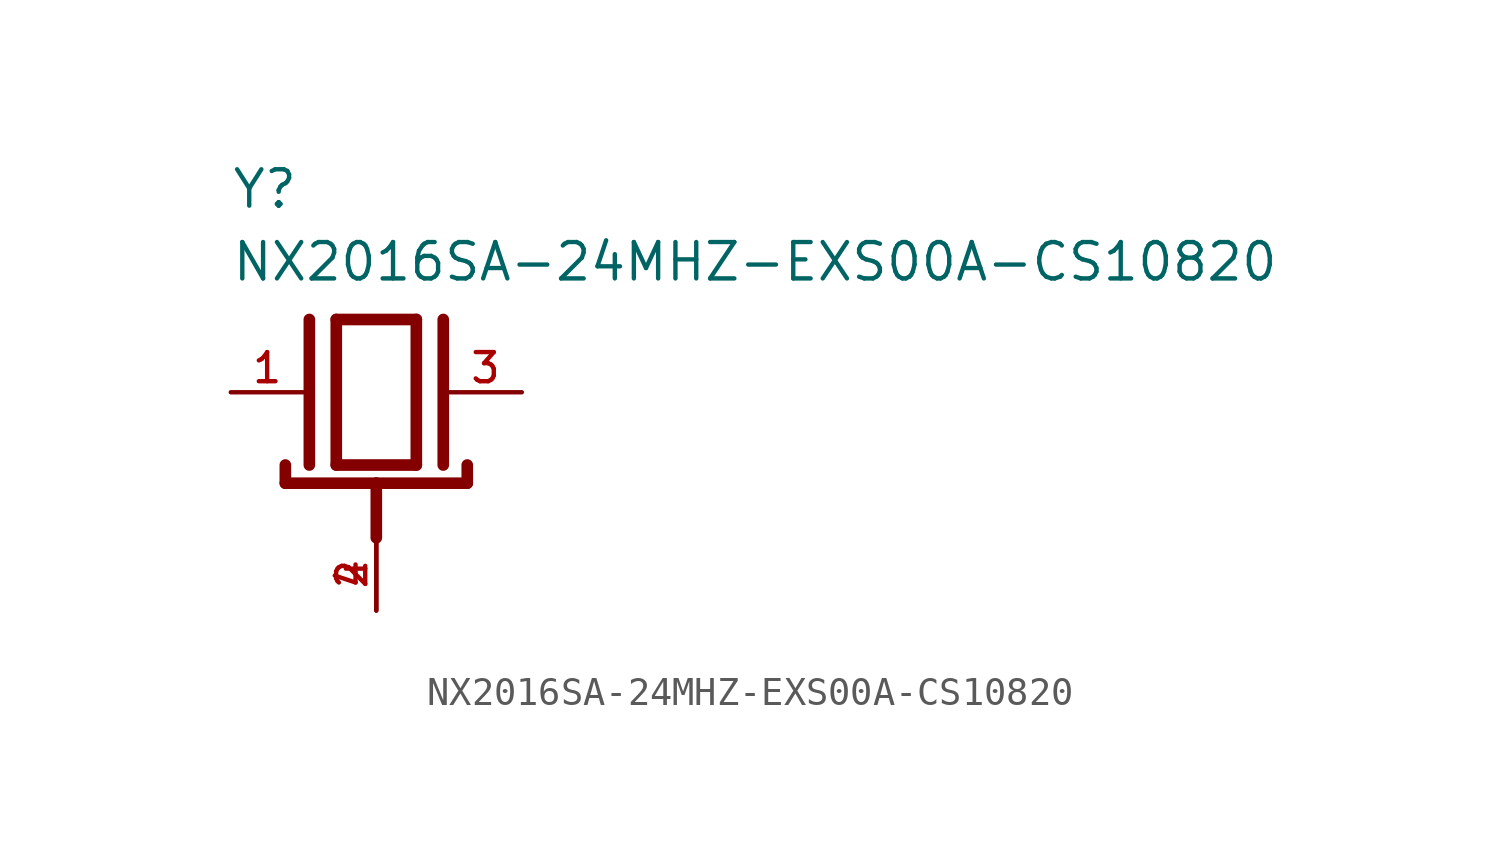
<source format=kicad_sym>
(kicad_symbol_lib
  (version 20211014)
  (generator kicad_symbol_editor)
  (symbol "NX2016SA-24MHZ-EXS00A-CS10820"
    (pin_names
      (offset 1.016))
    (property "Reference" "Y"
      (at -5.08 6.35 0)
      (effects (font (size 1.27 1.27)) (justify bottom left)))
    (property "Value" "NX2016SA-24MHZ-EXS00A-CS10820"
      (at -5.08 3.81 0)
      (effects (font (size 1.27 1.27)) (justify bottom left)))
    (symbol "NX2016SA-24MHZ-EXS00A-CS10820_0_0"
      (polyline (pts (xy -1.397 2.54) (xy 1.397 2.54)) (stroke (width 0.406)))
      (polyline (pts (xy 1.397 2.54) (xy 1.397 -2.54)) (stroke (width 0.406)))
      (polyline (pts (xy 1.397 -2.54) (xy -1.397 -2.54)) (stroke (width 0.406)))
      (polyline (pts (xy -1.397 2.54) (xy -1.397 -2.54)) (stroke (width 0.406)))
      (polyline (pts (xy 2.337 2.54) (xy 2.337 -2.54)) (stroke (width 0.406)))
      (polyline (pts (xy -2.337 2.54) (xy -2.337 -2.54)) (stroke (width 0.406)))
      (polyline (pts (xy -3.175 -2.54) (xy -3.175 -3.175)) (stroke (width 0.406)))
      (polyline (pts (xy -3.175 -3.175) (xy 0.0 -3.175)) (stroke (width 0.406)))
      (polyline (pts (xy 0.0 -3.175) (xy 3.175 -3.175)) (stroke (width 0.406)))
      (polyline (pts (xy 3.175 -3.175) (xy 3.175 -2.54)) (stroke (width 0.406)))
      (polyline (pts (xy 0.0 -5.08) (xy 0.0 -3.175)) (stroke (width 0.406)))
      (pin passive line (at -5.08 0.0 0) (length 2.54) (name "~" (effects (font (size 1.016 1.016)))) (number "1" (effects (font (size 1.016 1.016)))))
      (pin passive line (at 5.08 0.0 180.0) (length 2.54) (name "~" (effects (font (size 1.016 1.016)))) (number "3" (effects (font (size 1.016 1.016)))))
      (pin power_in line (at 0.0 -7.62 90.0) (length 2.54) (name "~" (effects (font (size 1.016 1.016)))) (number "2" (effects (font (size 1.016 1.016)))))
      (pin power_in line (at 0.0 -7.62 90.0) (length 2.54) (name "~" (effects (font (size 1.016 1.016)))) (number "4" (effects (font (size 1.016 1.016))))))))
</source>
